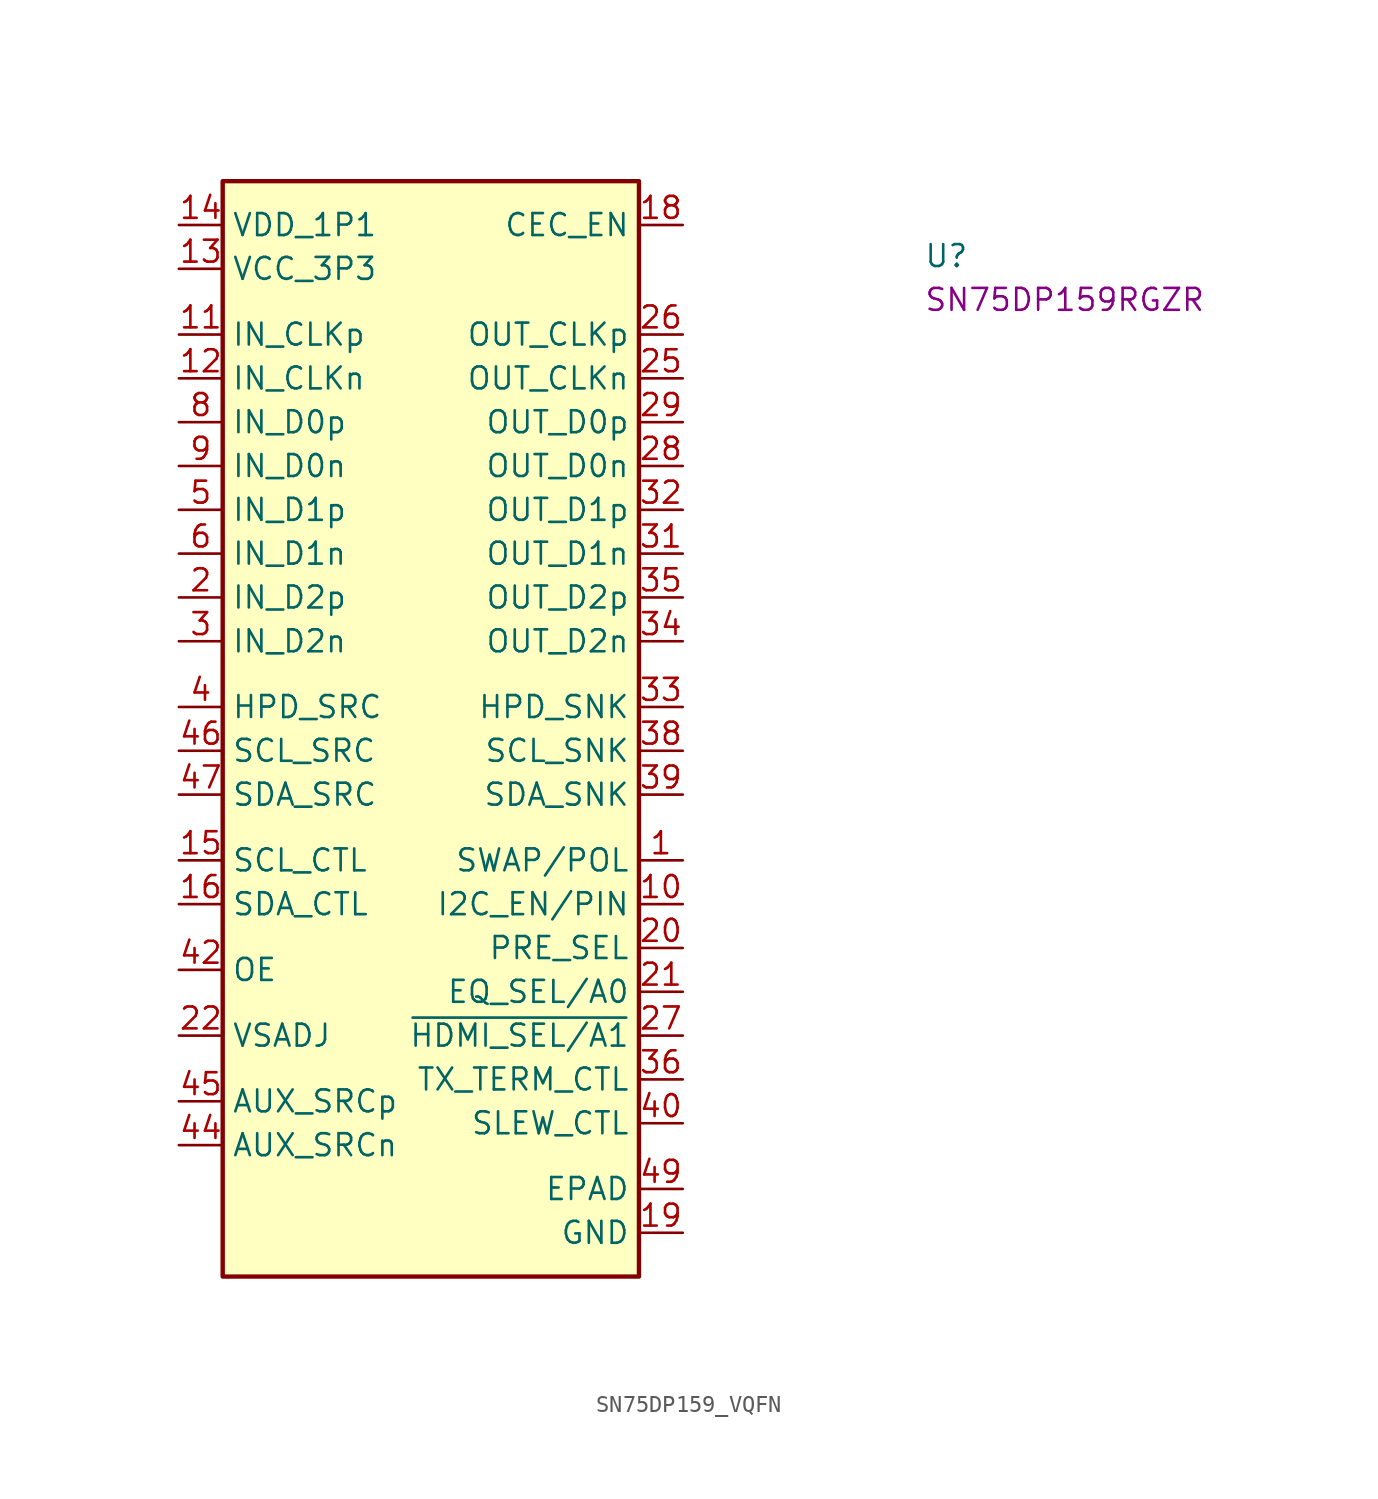
<source format=kicad_sym>
(kicad_symbol_lib
  (version 20220914)
  (generator kicad_symbol_editor)
  (symbol "SN75DP159_VQFN"
    (property "Reference" "U"
      (at 43.18 -2.54 0)
      (effects (font (size 1.27 1.27) (thickness 0.15)) (justify left bottom)))
    (property "MPN" "SN75DP159RGZR"
      (at 43.18 -5.08 0)
      (effects (font (size 1.27 1.27) (thickness 0.15)) (justify left bottom)))
    (symbol "SN75DP159_VQFN_1_1"
      (rectangle (start 2.54 2.54) (end 26.67 -60.96) (stroke (width 0.254) (type default)) (fill (type background)))
      (pin passive line (at 29.21 -36.83 180) (length 2.54) (name "SWAP/POL" (effects (font (size 1.27 1.27)))) (number "1" (effects (font (size 1.27 1.27)))))
      (pin passive line (at 29.21 -39.37 180) (length 2.54) (name "I2C_EN/PIN" (effects (font (size 1.27 1.27)))) (number "10" (effects (font (size 1.27 1.27)))))
      (pin passive line (at 0 -6.35 0) (length 2.54) (name "IN_CLKp" (effects (font (size 1.27 1.27)))) (number "11" (effects (font (size 1.27 1.27)))))
      (pin passive line (at 0 -8.89 0) (length 2.54) (name "IN_CLKn" (effects (font (size 1.27 1.27)))) (number "12" (effects (font (size 1.27 1.27)))))
      (pin power_in line (at 0 -2.54 0) (length 2.54) (name "VCC_3P3" (effects (font (size 1.27 1.27)))) (number "13" (effects (font (size 1.27 1.27)))))
      (pin power_in line (at 0 0 0) (length 2.54) (name "VDD_1P1" (effects (font (size 1.27 1.27)))) (number "14" (effects (font (size 1.27 1.27)))))
      (pin passive line (at 0 -36.83 0) (length 2.54) (name "SCL_CTL" (effects (font (size 1.27 1.27)))) (number "15" (effects (font (size 1.27 1.27)))))
      (pin passive line (at 0 -39.37 0) (length 2.54) (name "SDA_CTL" (effects (font (size 1.27 1.27)))) (number "16" (effects (font (size 1.27 1.27)))))
      (pin no_connect line (at 26.67 -2.54 180) (length 2.54) hide (name "NC" (effects (font (size 1.27 1.27)))) (number "17" (effects (font (size 1.27 1.27)))))
      (pin passive line (at 29.21 0 180) (length 2.54) (name "CEC_EN" (effects (font (size 1.27 1.27)))) (number "18" (effects (font (size 1.27 1.27)))))
      (pin passive line (at 29.21 -58.42 180) (length 2.54) (name "GND" (effects (font (size 1.27 1.27)))) (number "19" (effects (font (size 1.27 1.27)))))
      (pin bidirectional line (at 0 -21.59 0) (length 2.54) (name "IN_D2p" (effects (font (size 1.27 1.27)))) (number "2" (effects (font (size 1.27 1.27)))))
      (pin passive line (at 29.21 -41.91 180) (length 2.54) (name "PRE_SEL" (effects (font (size 1.27 1.27)))) (number "20" (effects (font (size 1.27 1.27)))))
      (pin passive line (at 29.21 -44.45 180) (length 2.54) (name "EQ_SEL/A0" (effects (font (size 1.27 1.27)))) (number "21" (effects (font (size 1.27 1.27)))))
      (pin passive line (at 0 -46.99 0) (length 2.54) (name "VSADJ" (effects (font (size 1.27 1.27)))) (number "22" (effects (font (size 1.27 1.27)))))
      (pin passive line (at 0 0 0) (length 2.54) hide (name "VDD_1P1" (effects (font (size 1.27 1.27)))) (number "23" (effects (font (size 1.27 1.27)))))
      (pin passive line (at 0 0 0) (length 2.54) hide (name "VDD_1P1" (effects (font (size 1.27 1.27)))) (number "24" (effects (font (size 1.27 1.27)))))
      (pin output line (at 29.21 -8.89 180) (length 2.54) (name "OUT_CLKn" (effects (font (size 1.27 1.27)))) (number "25" (effects (font (size 1.27 1.27)))))
      (pin output line (at 29.21 -6.35 180) (length 2.54) (name "OUT_CLKp" (effects (font (size 1.27 1.27)))) (number "26" (effects (font (size 1.27 1.27)))))
      (pin passive line (at 29.21 -46.99 180) (length 2.54) (name "~{HDMI_SEL/A1}" (effects (font (size 1.27 1.27)))) (number "27" (effects (font (size 1.27 1.27)))))
      (pin output line (at 29.21 -13.97 180) (length 2.54) (name "OUT_D0n" (effects (font (size 1.27 1.27)))) (number "28" (effects (font (size 1.27 1.27)))))
      (pin output line (at 29.21 -11.43 180) (length 2.54) (name "OUT_D0p" (effects (font (size 1.27 1.27)))) (number "29" (effects (font (size 1.27 1.27)))))
      (pin bidirectional line (at 0 -24.13 0) (length 2.54) (name "IN_D2n" (effects (font (size 1.27 1.27)))) (number "3" (effects (font (size 1.27 1.27)))))
      (pin passive line (at 29.21 -58.42 180) (length 2.54) hide (name "GND" (effects (font (size 1.27 1.27)))) (number "30" (effects (font (size 1.27 1.27)))))
      (pin output line (at 29.21 -19.05 180) (length 2.54) (name "OUT_D1n" (effects (font (size 1.27 1.27)))) (number "31" (effects (font (size 1.27 1.27)))))
      (pin output line (at 29.21 -16.51 180) (length 2.54) (name "OUT_D1p" (effects (font (size 1.27 1.27)))) (number "32" (effects (font (size 1.27 1.27)))))
      (pin passive line (at 29.21 -27.94 180) (length 2.54) (name "HPD_SNK" (effects (font (size 1.27 1.27)))) (number "33" (effects (font (size 1.27 1.27)))))
      (pin output line (at 29.21 -24.13 180) (length 2.54) (name "OUT_D2n" (effects (font (size 1.27 1.27)))) (number "34" (effects (font (size 1.27 1.27)))))
      (pin output line (at 29.21 -21.59 180) (length 2.54) (name "OUT_D2p" (effects (font (size 1.27 1.27)))) (number "35" (effects (font (size 1.27 1.27)))))
      (pin passive line (at 29.21 -49.53 180) (length 2.54) (name "TX_TERM_CTL" (effects (font (size 1.27 1.27)))) (number "36" (effects (font (size 1.27 1.27)))))
      (pin passive line (at 0 0 0) (length 2.54) hide (name "VDD_1P1" (effects (font (size 1.27 1.27)))) (number "37" (effects (font (size 1.27 1.27)))))
      (pin passive line (at 29.21 -30.48 180) (length 2.54) (name "SCL_SNK" (effects (font (size 1.27 1.27)))) (number "38" (effects (font (size 1.27 1.27)))))
      (pin passive line (at 29.21 -33.02 180) (length 2.54) (name "SDA_SNK" (effects (font (size 1.27 1.27)))) (number "39" (effects (font (size 1.27 1.27)))))
      (pin passive line (at 0 -27.94 0) (length 2.54) (name "HPD_SRC" (effects (font (size 1.27 1.27)))) (number "4" (effects (font (size 1.27 1.27)))))
      (pin passive line (at 29.21 -52.07 180) (length 2.54) (name "SLEW_CTL" (effects (font (size 1.27 1.27)))) (number "40" (effects (font (size 1.27 1.27)))))
      (pin passive line (at 29.21 -58.42 180) (length 2.54) hide (name "GND" (effects (font (size 1.27 1.27)))) (number "41" (effects (font (size 1.27 1.27)))))
      (pin passive line (at 0 -43.18 0) (length 2.54) (name "OE" (effects (font (size 1.27 1.27)))) (number "42" (effects (font (size 1.27 1.27)))))
      (pin passive line (at 0 -2.54 0) (length 2.54) hide (name "VCC_3P3" (effects (font (size 1.27 1.27)))) (number "43" (effects (font (size 1.27 1.27)))))
      (pin passive line (at 0 -53.34 0) (length 2.54) (name "AUX_SRCn" (effects (font (size 1.27 1.27)))) (number "44" (effects (font (size 1.27 1.27)))))
      (pin passive line (at 0 -50.8 0) (length 2.54) (name "AUX_SRCp" (effects (font (size 1.27 1.27)))) (number "45" (effects (font (size 1.27 1.27)))))
      (pin passive line (at 0 -30.48 0) (length 2.54) (name "SCL_SRC" (effects (font (size 1.27 1.27)))) (number "46" (effects (font (size 1.27 1.27)))))
      (pin passive line (at 0 -33.02 0) (length 2.54) (name "SDA_SRC" (effects (font (size 1.27 1.27)))) (number "47" (effects (font (size 1.27 1.27)))))
      (pin passive line (at 0 0 0) (length 2.54) hide (name "VDD_1P1" (effects (font (size 1.27 1.27)))) (number "48" (effects (font (size 1.27 1.27)))))
      (pin passive line (at 29.21 -55.88 180) (length 2.54) (name "EPAD" (effects (font (size 1.27 1.27)))) (number "49" (effects (font (size 1.27 1.27)))))
      (pin bidirectional line (at 0 -16.51 0) (length 2.54) (name "IN_D1p" (effects (font (size 1.27 1.27)))) (number "5" (effects (font (size 1.27 1.27)))))
      (pin bidirectional line (at 0 -19.05 0) (length 2.54) (name "IN_D1n" (effects (font (size 1.27 1.27)))) (number "6" (effects (font (size 1.27 1.27)))))
      (pin passive line (at 29.21 -58.42 180) (length 2.54) hide (name "GND" (effects (font (size 1.27 1.27)))) (number "7" (effects (font (size 1.27 1.27)))))
      (pin bidirectional line (at 0 -11.43 0) (length 2.54) (name "IN_D0p" (effects (font (size 1.27 1.27)))) (number "8" (effects (font (size 1.27 1.27)))))
      (pin bidirectional line (at 0 -13.97 0) (length 2.54) (name "IN_D0n" (effects (font (size 1.27 1.27)))) (number "9" (effects (font (size 1.27 1.27))))))))
</source>
